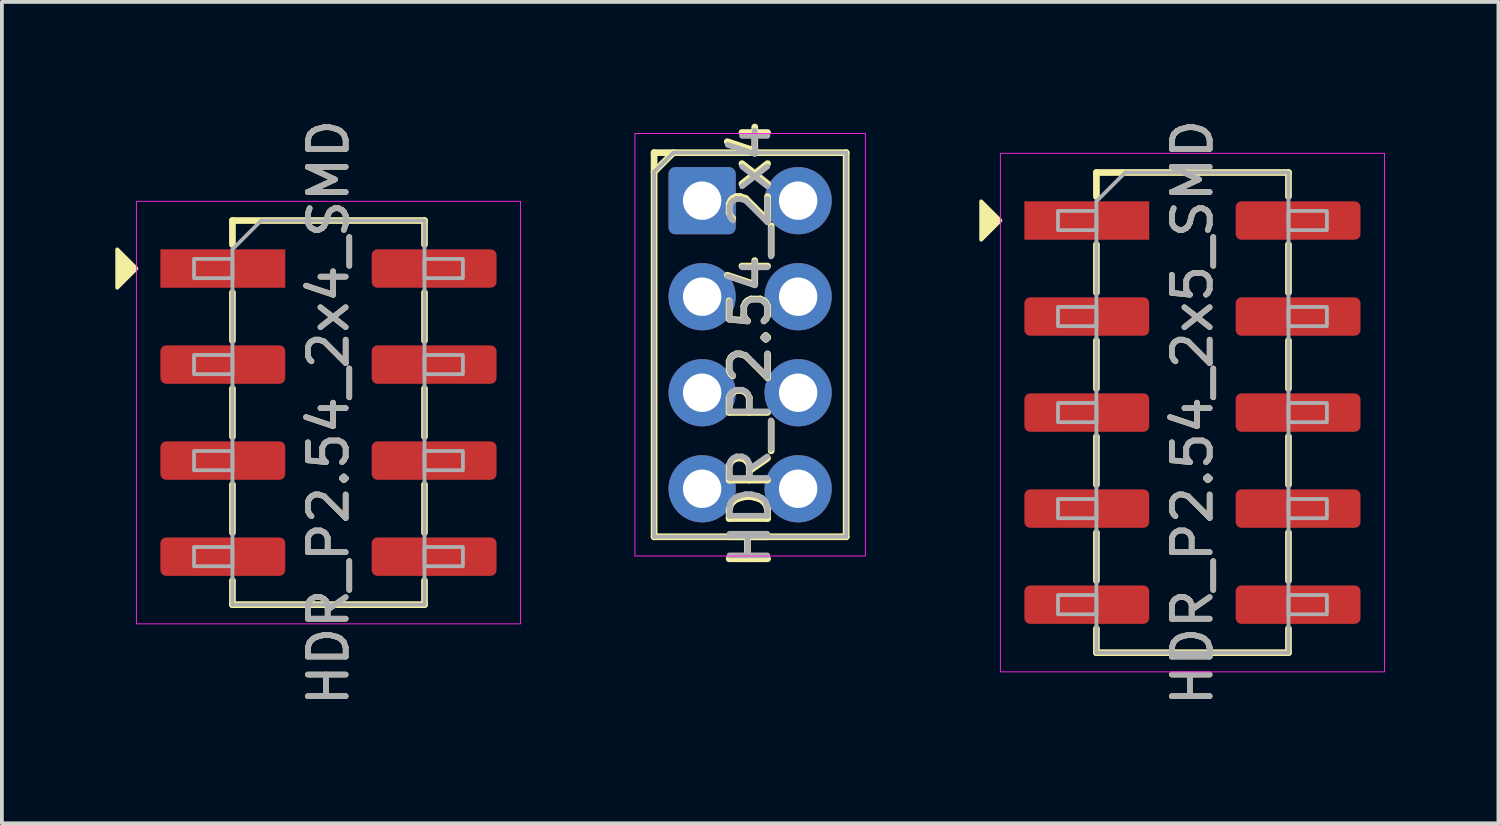
<source format=kicad_pcb>
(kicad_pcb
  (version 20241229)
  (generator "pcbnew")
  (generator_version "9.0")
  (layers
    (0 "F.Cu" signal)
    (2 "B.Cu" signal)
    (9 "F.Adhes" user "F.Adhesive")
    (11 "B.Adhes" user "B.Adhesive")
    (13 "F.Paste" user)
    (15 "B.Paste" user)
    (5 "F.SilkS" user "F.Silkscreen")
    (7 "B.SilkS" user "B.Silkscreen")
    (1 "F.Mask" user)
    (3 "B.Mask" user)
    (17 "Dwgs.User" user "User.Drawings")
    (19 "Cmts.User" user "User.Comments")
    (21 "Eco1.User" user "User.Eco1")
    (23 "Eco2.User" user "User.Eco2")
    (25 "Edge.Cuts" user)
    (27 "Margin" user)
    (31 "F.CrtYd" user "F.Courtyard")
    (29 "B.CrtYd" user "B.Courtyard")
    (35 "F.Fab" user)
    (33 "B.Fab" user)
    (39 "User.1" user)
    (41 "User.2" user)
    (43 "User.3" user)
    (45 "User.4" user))
  (footprint "HDR_P2.54_2x4_SMD"
    (layer "F.Cu")
    (at 5.638 7.863)
    (property "Reference" "HDR_P2.54_2x4_SMD" (at 0 0 90) (layer "F.SilkS") (effects (font (size 1 1) (thickness 0.15))))
    (attr smd)
    (fp_line (start -2.54 -5.08) (end -2.54 -4.445) (stroke (width 0.178) (type solid)) (layer "F.SilkS"))
    (fp_line (start -2.54 -1.905) (end -2.54 -3.175) (stroke (width 0.178) (type solid)) (layer "F.SilkS"))
    (fp_line (start -2.54 0.635) (end -2.54 -0.635) (stroke (width 0.178) (type solid)) (layer "F.SilkS"))
    (fp_line (start -2.54 3.175) (end -2.54 1.905) (stroke (width 0.178) (type solid)) (layer "F.SilkS"))
    (fp_line (start -2.54 5.08) (end -2.54 4.445) (stroke (width 0.178) (type solid)) (layer "F.SilkS"))
    (fp_line (start 2.54 -5.08) (end -2.54 -5.08) (stroke (width 0.178) (type solid)) (layer "F.SilkS"))
    (fp_line (start 2.54 -4.445) (end 2.54 -5.08) (stroke (width 0.178) (type solid)) (layer "F.SilkS"))
    (fp_line (start 2.54 -1.905) (end 2.54 -3.175) (stroke (width 0.178) (type solid)) (layer "F.SilkS"))
    (fp_line (start 2.54 0.635) (end 2.54 -0.635) (stroke (width 0.178) (type solid)) (layer "F.SilkS"))
    (fp_line (start 2.54 3.175) (end 2.54 1.905) (stroke (width 0.178) (type solid)) (layer "F.SilkS"))
    (fp_line (start 2.54 4.445) (end 2.54 5.08) (stroke (width 0.178) (type solid)) (layer "F.SilkS"))
    (fp_line (start 2.54 5.08) (end -2.54 5.08) (stroke (width 0.178) (type solid)) (layer "F.SilkS"))
    (fp_poly (pts (xy -5.08 -3.81) (xy -5.588 -3.302) (xy -5.588 -4.318)) (stroke (width 0.1) (type solid)) (fill yes) (layer "F.SilkS"))
    (fp_rect (start -5.08 -5.588) (end 5.08 5.588) (stroke (width 0.025) (type solid)) (fill no) (layer "F.CrtYd"))
    (fp_line (start -2.54 -4.318) (end -1.778 -5.08) (stroke (width 0.1) (type solid)) (layer "F.Fab"))
    (fp_line (start -2.54 5.08) (end -2.54 -4.318) (stroke (width 0.1) (type solid)) (layer "F.Fab"))
    (fp_line (start -1.778 -5.08) (end 2.54 -5.08) (stroke (width 0.1) (type solid)) (layer "F.Fab"))
    (fp_line (start 2.54 -5.08) (end 2.54 5.08) (stroke (width 0.1) (type solid)) (layer "F.Fab"))
    (fp_line (start 2.54 5.08) (end -2.54 5.08) (stroke (width 0.1) (type solid)) (layer "F.Fab"))
    (fp_rect (start -3.556 -4.064) (end -2.54 -3.556) (stroke (width 0.1) (type solid)) (fill no) (layer "F.Fab"))
    (fp_rect (start -3.556 -1.524) (end -2.54 -1.016) (stroke (width 0.1) (type solid)) (fill no) (layer "F.Fab"))
    (fp_rect (start -3.556 1.016) (end -2.54 1.524) (stroke (width 0.1) (type solid)) (fill no) (layer "F.Fab"))
    (fp_rect (start -3.556 3.556) (end -2.54 4.064) (stroke (width 0.1) (type solid)) (fill no) (layer "F.Fab"))
    (fp_rect (start 2.54 -4.064) (end 3.556 -3.556) (stroke (width 0.1) (type solid)) (fill no) (layer "F.Fab"))
    (fp_rect (start 2.54 -1.524) (end 3.556 -1.016) (stroke (width 0.1) (type solid)) (fill no) (layer "F.Fab"))
    (fp_rect (start 2.54 1.016) (end 3.556 1.524) (stroke (width 0.1) (type solid)) (fill no) (layer "F.Fab"))
    (fp_rect (start 2.54 3.556) (end 3.556 4.064) (stroke (width 0.1) (type solid)) (fill no) (layer "F.Fab"))
    (fp_text user "${REFERENCE}" (at 0 0 90) (layer "F.Fab") (effects (font (size 1 1) (thickness 0.15))))
    (pad "1" smd rect (at -2.794 -3.81) (size 3.302 1.016) (layers "F.Cu" "F.Mask" "F.Paste"))
    (pad "2" smd roundrect (at 2.794 -3.81) (size 3.302 1.016) (layers "F.Cu" "F.Mask" "F.Paste") (roundrect_rratio 0.15))
    (pad "3" smd roundrect (at -2.794 -1.27) (size 3.302 1.016) (layers "F.Cu" "F.Mask" "F.Paste") (roundrect_rratio 0.15))
    (pad "4" smd roundrect (at 2.794 -1.27) (size 3.302 1.016) (layers "F.Cu" "F.Mask" "F.Paste") (roundrect_rratio 0.15))
    (pad "5" smd roundrect (at -2.794 1.27) (size 3.302 1.016) (layers "F.Cu" "F.Mask" "F.Paste") (roundrect_rratio 0.15))
    (pad "6" smd roundrect (at 2.794 1.27) (size 3.302 1.016) (layers "F.Cu" "F.Mask" "F.Paste") (roundrect_rratio 0.15))
    (pad "7" smd roundrect (at -2.794 3.81) (size 3.302 1.016) (layers "F.Cu" "F.Mask" "F.Paste") (roundrect_rratio 0.15))
    (pad "8" smd roundrect (at 2.794 3.81) (size 3.302 1.016) (layers "F.Cu" "F.Mask" "F.Paste") (roundrect_rratio 0.15)))
  (footprint "HDR_P2.54_2x5_SMD"
    (layer "F.Cu")
    (at 28.49 7.863)
    (property "Reference" "HDR_P2.54_2x5_SMD" (at 0 0 90) (layer "F.SilkS") (effects (font (size 1 1) (thickness 0.15))))
    (attr smd)
    (fp_line (start -2.54 -6.35) (end -2.54 -5.715) (stroke (width 0.178) (type solid)) (layer "F.SilkS"))
    (fp_line (start -2.54 -3.175) (end -2.54 -4.445) (stroke (width 0.178) (type solid)) (layer "F.SilkS"))
    (fp_line (start -2.54 -0.635) (end -2.54 -1.905) (stroke (width 0.178) (type solid)) (layer "F.SilkS"))
    (fp_line (start -2.54 1.905) (end -2.54 0.635) (stroke (width 0.178) (type solid)) (layer "F.SilkS"))
    (fp_line (start -2.54 4.445) (end -2.54 3.175) (stroke (width 0.178) (type solid)) (layer "F.SilkS"))
    (fp_line (start -2.54 6.35) (end -2.54 5.715) (stroke (width 0.178) (type solid)) (layer "F.SilkS"))
    (fp_line (start 2.54 -6.35) (end -2.54 -6.35) (stroke (width 0.178) (type solid)) (layer "F.SilkS"))
    (fp_line (start 2.54 -5.715) (end 2.54 -6.35) (stroke (width 0.178) (type solid)) (layer "F.SilkS"))
    (fp_line (start 2.54 -3.175) (end 2.54 -4.445) (stroke (width 0.178) (type solid)) (layer "F.SilkS"))
    (fp_line (start 2.54 -0.635) (end 2.54 -1.905) (stroke (width 0.178) (type solid)) (layer "F.SilkS"))
    (fp_line (start 2.54 1.905) (end 2.54 0.635) (stroke (width 0.178) (type solid)) (layer "F.SilkS"))
    (fp_line (start 2.54 4.445) (end 2.54 3.175) (stroke (width 0.178) (type solid)) (layer "F.SilkS"))
    (fp_line (start 2.54 5.715) (end 2.54 6.35) (stroke (width 0.178) (type solid)) (layer "F.SilkS"))
    (fp_line (start 2.54 6.35) (end -2.54 6.35) (stroke (width 0.178) (type solid)) (layer "F.SilkS"))
    (fp_poly (pts (xy -5.08 -5.08) (xy -5.588 -4.572) (xy -5.588 -5.588)) (stroke (width 0.1) (type solid)) (fill yes) (layer "F.SilkS"))
    (fp_rect (start -5.08 -6.858) (end 5.08 6.858) (stroke (width 0.025) (type solid)) (fill no) (layer "F.CrtYd"))
    (fp_line (start -2.54 -5.588) (end -1.778 -6.35) (stroke (width 0.1) (type solid)) (layer "F.Fab"))
    (fp_line (start -2.54 6.35) (end -2.54 -5.588) (stroke (width 0.1) (type solid)) (layer "F.Fab"))
    (fp_line (start -1.778 -6.35) (end 2.54 -6.35) (stroke (width 0.1) (type solid)) (layer "F.Fab"))
    (fp_line (start 2.54 -6.35) (end 2.54 6.35) (stroke (width 0.1) (type solid)) (layer "F.Fab"))
    (fp_line (start 2.54 6.35) (end -2.54 6.35) (stroke (width 0.1) (type solid)) (layer "F.Fab"))
    (fp_rect (start -3.556 -5.334) (end -2.54 -4.826) (stroke (width 0.1) (type solid)) (fill no) (layer "F.Fab"))
    (fp_rect (start -3.556 -2.794) (end -2.54 -2.286) (stroke (width 0.1) (type solid)) (fill no) (layer "F.Fab"))
    (fp_rect (start -3.556 -0.254) (end -2.54 0.254) (stroke (width 0.1) (type solid)) (fill no) (layer "F.Fab"))
    (fp_rect (start -3.556 2.286) (end -2.54 2.794) (stroke (width 0.1) (type solid)) (fill no) (layer "F.Fab"))
    (fp_rect (start -3.556 4.826) (end -2.54 5.334) (stroke (width 0.1) (type solid)) (fill no) (layer "F.Fab"))
    (fp_rect (start 2.54 -5.334) (end 3.556 -4.826) (stroke (width 0.1) (type solid)) (fill no) (layer "F.Fab"))
    (fp_rect (start 2.54 -2.794) (end 3.556 -2.286) (stroke (width 0.1) (type solid)) (fill no) (layer "F.Fab"))
    (fp_rect (start 2.54 -0.254) (end 3.556 0.254) (stroke (width 0.1) (type solid)) (fill no) (layer "F.Fab"))
    (fp_rect (start 2.54 2.286) (end 3.556 2.794) (stroke (width 0.1) (type solid)) (fill no) (layer "F.Fab"))
    (fp_rect (start 2.54 4.826) (end 3.556 5.334) (stroke (width 0.1) (type solid)) (fill no) (layer "F.Fab"))
    (fp_text user "${REFERENCE}" (at 0 0 90) (layer "F.Fab") (effects (font (size 1 1) (thickness 0.15))))
    (pad "1" smd rect (at -2.794 -5.08) (size 3.302 1.016) (layers "F.Cu" "F.Mask" "F.Paste"))
    (pad "2" smd roundrect (at 2.794 -5.08) (size 3.302 1.016) (layers "F.Cu" "F.Mask" "F.Paste") (roundrect_rratio 0.15))
    (pad "3" smd roundrect (at -2.794 -2.54) (size 3.302 1.016) (layers "F.Cu" "F.Mask" "F.Paste") (roundrect_rratio 0.15))
    (pad "4" smd roundrect (at 2.794 -2.54) (size 3.302 1.016) (layers "F.Cu" "F.Mask" "F.Paste") (roundrect_rratio 0.15))
    (pad "5" smd roundrect (at -2.794 0) (size 3.302 1.016) (layers "F.Cu" "F.Mask" "F.Paste") (roundrect_rratio 0.15))
    (pad "6" smd roundrect (at 2.794 0) (size 3.302 1.016) (layers "F.Cu" "F.Mask" "F.Paste") (roundrect_rratio 0.15))
    (pad "7" smd roundrect (at -2.794 2.54) (size 3.302 1.016) (layers "F.Cu" "F.Mask" "F.Paste") (roundrect_rratio 0.15))
    (pad "8" smd roundrect (at 2.794 2.54) (size 3.302 1.016) (layers "F.Cu" "F.Mask" "F.Paste") (roundrect_rratio 0.15))
    (pad "9" smd roundrect (at -2.794 5.08) (size 3.302 1.016) (layers "F.Cu" "F.Mask" "F.Paste") (roundrect_rratio 0.15))
    (pad "10" smd roundrect (at 2.794 5.08) (size 3.302 1.016) (layers "F.Cu" "F.Mask" "F.Paste") (roundrect_rratio 0.15)))
  (footprint "HDR_P2.54_2x4"
    (layer "F.Cu")
    (at 16.791 6.068)
    (property "Reference" "HDR_P2.54_2x4" (at 0 0 90) (layer "F.SilkS") (effects (font (size 1.016 1.016) (thickness 0.178))))
    (attr through_hole)
    (fp_line (start -2.54 -5.08) (end -2.54 5.08) (stroke (width 0.178) (type solid)) (layer "F.SilkS"))
    (fp_line (start -2.54 -5.08) (end 2.54 -5.08) (stroke (width 0.178) (type solid)) (layer "F.SilkS"))
    (fp_line (start -2.54 -4.572) (end -2.032 -5.08) (stroke (width 0.178) (type solid)) (layer "F.SilkS"))
    (fp_line (start -2.54 5.08) (end 2.54 5.08) (stroke (width 0.178) (type solid)) (layer "F.SilkS"))
    (fp_line (start 2.54 -5.08) (end 2.54 5.08) (stroke (width 0.178) (type solid)) (layer "F.SilkS"))
    (fp_rect (start -3.048 -5.588) (end 3.048 5.588) (stroke (width 0.025) (type solid)) (fill no) (layer "F.CrtYd"))
    (fp_line (start -2.54 -4.572) (end -2.032 -5.08) (stroke (width 0.1) (type solid)) (layer "F.Fab"))
    (fp_line (start -2.54 5.08) (end -2.54 -4.572) (stroke (width 0.1) (type solid)) (layer "F.Fab"))
    (fp_line (start -2.032 -5.08) (end 2.54 -5.08) (stroke (width 0.1) (type solid)) (layer "F.Fab"))
    (fp_line (start 2.54 -5.08) (end 2.54 5.08) (stroke (width 0.1) (type solid)) (layer "F.Fab"))
    (fp_line (start 2.54 5.08) (end -2.54 5.08) (stroke (width 0.1) (type solid)) (layer "F.Fab"))
    (fp_text user "${REFERENCE}" (at 0 0 90) (layer "F.Fab") (effects (font (size 1 1) (thickness 0.15))))
    (pad "1" thru_hole roundrect (at -1.27 -3.81) (size 1.778 1.778) (drill 1.016) (layers "*.Cu" "*.Mask") (roundrect_rratio 0.1))
    (pad "2" thru_hole oval (at 1.27 -3.81) (size 1.778 1.778) (drill 1.016) (layers "*.Cu" "*.Mask"))
    (pad "3" thru_hole oval (at -1.27 -1.27) (size 1.778 1.778) (drill 1.016) (layers "*.Cu" "*.Mask"))
    (pad "4" thru_hole oval (at 1.27 -1.27) (size 1.778 1.778) (drill 1.016) (layers "*.Cu" "*.Mask"))
    (pad "5" thru_hole oval (at -1.27 1.27) (size 1.778 1.778) (drill 1.016) (layers "*.Cu" "*.Mask"))
    (pad "6" thru_hole oval (at 1.27 1.27) (size 1.778 1.778) (drill 1.016) (layers "*.Cu" "*.Mask"))
    (pad "7" thru_hole oval (at -1.27 3.81) (size 1.778 1.778) (drill 1.016) (layers "*.Cu" "*.Mask"))
    (pad "8" thru_hole oval (at 1.27 3.81) (size 1.778 1.778) (drill 1.016) (layers "*.Cu" "*.Mask")))
  (gr_rect
    (start -3 -3)
    (end 36.583 18.726)
    (stroke (width 0.1) (type default))
    (fill no)
    (layer "Edge.Cuts")))
</source>
